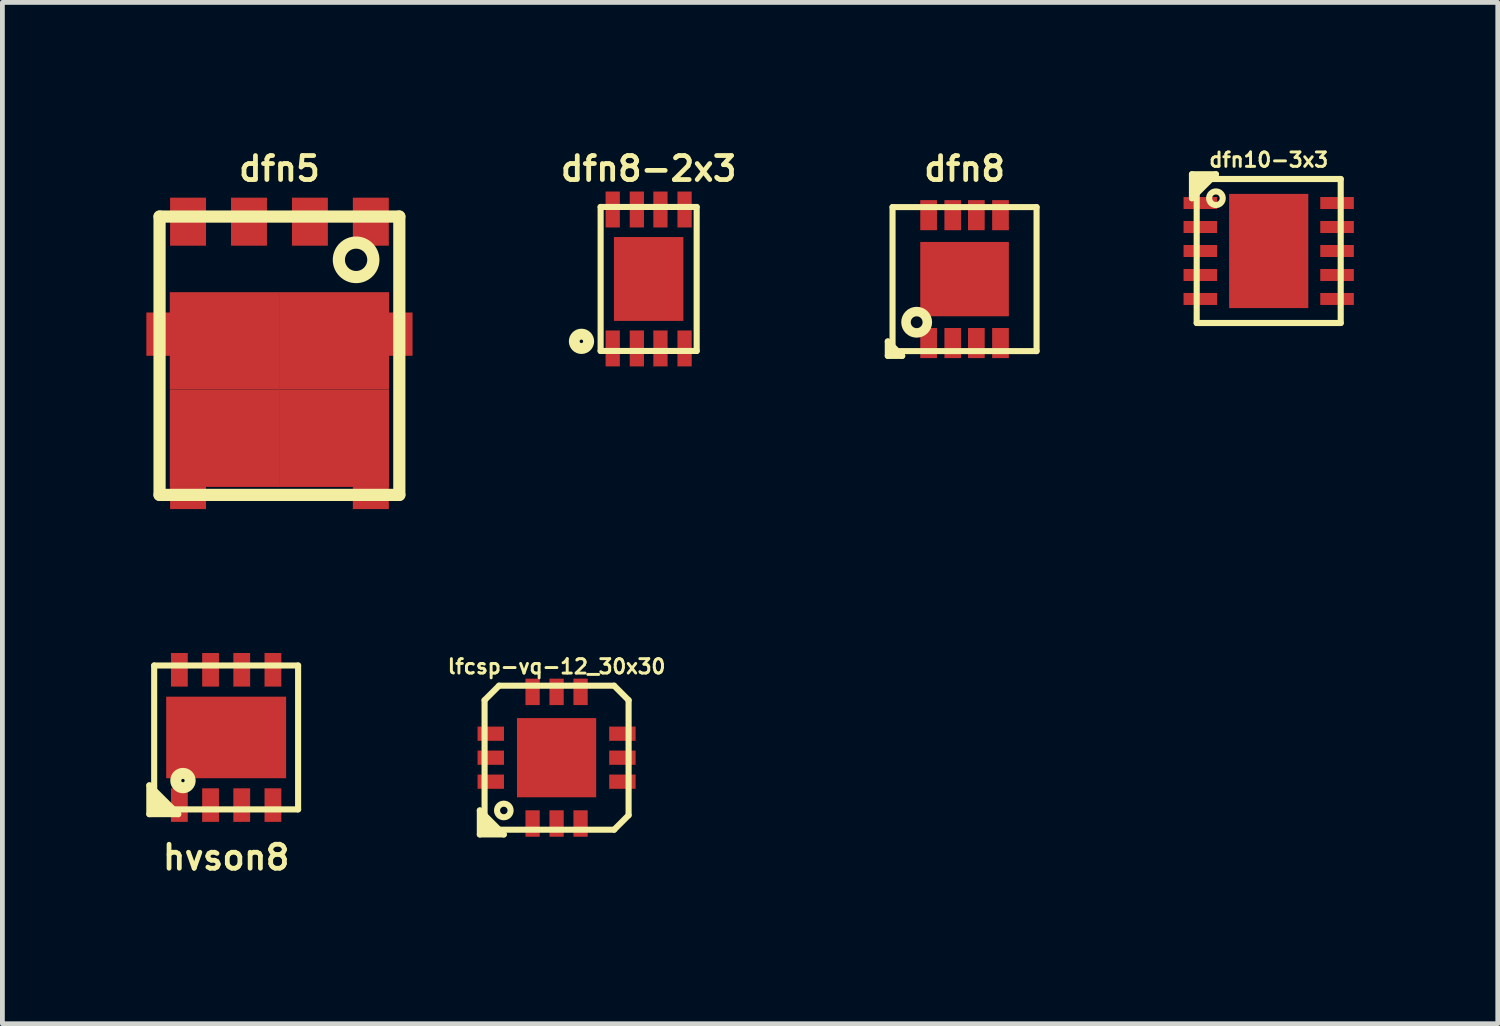
<source format=kicad_pcb>
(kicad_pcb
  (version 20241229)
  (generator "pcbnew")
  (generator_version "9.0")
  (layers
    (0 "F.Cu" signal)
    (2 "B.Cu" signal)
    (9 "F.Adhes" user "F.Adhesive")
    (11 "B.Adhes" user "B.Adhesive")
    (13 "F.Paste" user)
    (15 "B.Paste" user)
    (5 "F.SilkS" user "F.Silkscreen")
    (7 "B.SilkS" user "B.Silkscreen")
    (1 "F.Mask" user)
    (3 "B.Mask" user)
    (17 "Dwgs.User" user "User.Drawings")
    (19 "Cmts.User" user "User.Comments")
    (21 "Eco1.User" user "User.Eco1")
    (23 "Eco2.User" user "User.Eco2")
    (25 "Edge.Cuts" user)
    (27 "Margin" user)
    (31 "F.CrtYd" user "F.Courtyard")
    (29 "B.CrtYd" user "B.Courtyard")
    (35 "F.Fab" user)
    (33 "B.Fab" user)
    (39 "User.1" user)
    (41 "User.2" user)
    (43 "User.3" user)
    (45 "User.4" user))
  (footprint "dfn8-2x3"
    (layer "F.Cu")
    (at 10.471 2.765)
    (property "Reference" "dfn8-2x3" (at 0 -2.299 0) (layer "F.SilkS") (effects (font (size 0.5 0.5) (thickness 0.099))))
    (attr through_hole)
    (fp_line (start -1.001 -1.501) (end 1.001 -1.501) (stroke (width 0.127) (type solid)) (layer "F.SilkS"))
    (fp_line (start -1.001 1.501) (end -1.001 -1.501) (stroke (width 0.127) (type solid)) (layer "F.SilkS"))
    (fp_line (start -1.001 1.501) (end 1.001 1.501) (stroke (width 0.127) (type solid)) (layer "F.SilkS"))
    (fp_line (start 1.001 -1.501) (end 1.001 1.501) (stroke (width 0.127) (type solid)) (layer "F.SilkS"))
    (fp_circle (center -1.402 1.3) (end -1.402 1.4) (stroke (width 0.127) (type solid)) (fill no) (layer "F.SilkS"))
    (fp_circle (center -1.4 1.3) (end -1.6 1.3) (stroke (width 0.127) (type solid)) (fill no) (layer "F.SilkS"))
    (pad "1" smd rect (at -0.749 1.448) (size 0.297 0.749) (layers "F.Cu" "F.Mask" "F.Paste"))
    (pad "2" smd rect (at -0.246 1.448) (size 0.297 0.749) (layers "F.Cu" "F.Mask" "F.Paste"))
    (pad "3" smd rect (at 0.246 1.448) (size 0.297 0.749) (layers "F.Cu" "F.Mask" "F.Paste"))
    (pad "4" smd rect (at 0.749 1.448) (size 0.297 0.749) (layers "F.Cu" "F.Mask" "F.Paste"))
    (pad "5" smd rect (at 0.749 -1.448) (size 0.297 0.749) (layers "F.Cu" "F.Mask" "F.Paste"))
    (pad "6" smd rect (at 0.246 -1.448) (size 0.297 0.749) (layers "F.Cu" "F.Mask" "F.Paste"))
    (pad "7" smd rect (at -0.246 -1.448) (size 0.297 0.749) (layers "F.Cu" "F.Mask" "F.Paste"))
    (pad "8" smd rect (at -0.749 -1.448) (size 0.297 0.749) (layers "F.Cu" "F.Mask" "F.Paste"))
    (pad "9" smd rect (at 0 0) (size 1.448 1.748) (layers "F.Cu" "F.Mask" "F.Paste")))
  (footprint "dfn10-3x3"
    (layer "F.Cu")
    (at 23.396 2.182)
    (property "Reference" "dfn10-3x3" (at 0 -1.9 0) (layer "F.SilkS") (effects (font (size 0.3 0.3) (thickness 0.061))))
    (attr through_hole)
    (fp_line (start -1.6 -1.6) (end -1.6 -1.1) (stroke (width 0.127) (type solid)) (layer "F.SilkS"))
    (fp_line (start -1.6 -1.1) (end -1.1 -1.6) (stroke (width 0.127) (type solid)) (layer "F.SilkS"))
    (fp_line (start -1.501 -1.501) (end -1.501 1.501) (stroke (width 0.127) (type solid)) (layer "F.SilkS"))
    (fp_line (start -1.501 -1.3) (end -1.3 -1.501) (stroke (width 0.127) (type solid)) (layer "F.SilkS"))
    (fp_line (start -1.501 1.501) (end 1.501 1.501) (stroke (width 0.127) (type solid)) (layer "F.SilkS"))
    (fp_line (start -1.1 -1.6) (end -1.6 -1.6) (stroke (width 0.127) (type solid)) (layer "F.SilkS"))
    (fp_line (start 1.501 -1.501) (end -1.501 -1.501) (stroke (width 0.127) (type solid)) (layer "F.SilkS"))
    (fp_line (start 1.501 1.501) (end 1.501 -1.501) (stroke (width 0.127) (type solid)) (layer "F.SilkS"))
    (fp_circle (center -1.1 -1.1) (end -1.199 -0.998) (stroke (width 0.127) (type solid)) (fill no) (layer "F.SilkS"))
    (pad "1" smd rect (at -1.425 -1) (size 0.7 0.25) (layers "F.Cu" "F.Mask" "F.Paste"))
    (pad "2" smd rect (at -1.425 -0.5) (size 0.7 0.25) (layers "F.Cu" "F.Mask" "F.Paste"))
    (pad "3" smd rect (at -1.425 0) (size 0.7 0.25) (layers "F.Cu" "F.Mask" "F.Paste"))
    (pad "4" smd rect (at -1.425 0.5) (size 0.7 0.25) (layers "F.Cu" "F.Mask" "F.Paste"))
    (pad "5" smd rect (at -1.425 1) (size 0.7 0.25) (layers "F.Cu" "F.Mask" "F.Paste"))
    (pad "6" smd rect (at 1.425 1) (size 0.7 0.25) (layers "F.Cu" "F.Mask" "F.Paste"))
    (pad "7" smd rect (at 1.425 0.5) (size 0.7 0.25) (layers "F.Cu" "F.Mask" "F.Paste"))
    (pad "8" smd rect (at 1.425 0) (size 0.7 0.25) (layers "F.Cu" "F.Mask" "F.Paste"))
    (pad "9" smd rect (at 1.425 -0.5) (size 0.7 0.25) (layers "F.Cu" "F.Mask" "F.Paste"))
    (pad "10" smd rect (at 1.425 -1) (size 0.7 0.25) (layers "F.Cu" "F.Mask" "F.Paste"))
    (pad "11" smd rect (at 0 -0.595) (size 1.65 1.19) (layers "F.Cu" "F.Mask" "F.Paste"))
    (pad "11" smd rect (at 0 0.595) (size 1.65 1.19) (layers "F.Cu" "F.Mask" "F.Paste")))
  (footprint "lfcsp-vq-12_30x30"
    (layer "F.Cu")
    (at 8.552 12.744)
    (property "Reference" "lfcsp-vq-12_30x30" (at 0 -1.9 0) (layer "F.SilkS") (effects (font (size 0.3 0.3) (thickness 0.061))))
    (attr through_hole)
    (fp_line (start -1.6 1.1) (end -1.6 1.6) (stroke (width 0.127) (type solid)) (layer "F.SilkS"))
    (fp_line (start -1.6 1.6) (end -1.1 1.6) (stroke (width 0.127) (type solid)) (layer "F.SilkS"))
    (fp_line (start -1.501 -1.199) (end -1.199 -1.501) (stroke (width 0.127) (type solid)) (layer "F.SilkS"))
    (fp_line (start -1.501 1.199) (end -1.501 -1.199) (stroke (width 0.127) (type solid)) (layer "F.SilkS"))
    (fp_line (start -1.501 1.199) (end -1.501 1.501) (stroke (width 0.127) (type solid)) (layer "F.SilkS"))
    (fp_line (start -1.501 1.501) (end -1.199 1.501) (stroke (width 0.127) (type solid)) (layer "F.SilkS"))
    (fp_line (start -1.3 1.501) (end -1.501 1.3) (stroke (width 0.127) (type solid)) (layer "F.SilkS"))
    (fp_line (start -1.199 -1.501) (end 1.199 -1.501) (stroke (width 0.127) (type solid)) (layer "F.SilkS"))
    (fp_line (start -1.1 1.6) (end -1.6 1.1) (stroke (width 0.127) (type solid)) (layer "F.SilkS"))
    (fp_line (start 1.199 -1.501) (end 1.501 -1.199) (stroke (width 0.127) (type solid)) (layer "F.SilkS"))
    (fp_line (start 1.199 1.501) (end -1.199 1.501) (stroke (width 0.127) (type solid)) (layer "F.SilkS"))
    (fp_line (start 1.501 -1.199) (end 1.501 1.199) (stroke (width 0.127) (type solid)) (layer "F.SilkS"))
    (fp_line (start 1.501 1.199) (end 1.199 1.501) (stroke (width 0.127) (type solid)) (layer "F.SilkS"))
    (fp_circle (center -1.1 1.1) (end -1.199 1.201) (stroke (width 0.127) (type solid)) (fill no) (layer "F.SilkS"))
    (pad "1" smd rect (at -0.5 1.372) (size 0.297 0.551) (layers "F.Cu" "F.Mask" "F.Paste"))
    (pad "2" smd rect (at 0 1.372) (size 0.297 0.551) (layers "F.Cu" "F.Mask" "F.Paste"))
    (pad "3" smd rect (at 0.5 1.372) (size 0.297 0.551) (layers "F.Cu" "F.Mask" "F.Paste"))
    (pad "4" smd rect (at 1.372 0.5) (size 0.551 0.297) (layers "F.Cu" "F.Mask" "F.Paste"))
    (pad "5" smd rect (at 1.372 0) (size 0.551 0.297) (layers "F.Cu" "F.Mask" "F.Paste"))
    (pad "6" smd rect (at 1.372 -0.5) (size 0.551 0.297) (layers "F.Cu" "F.Mask" "F.Paste"))
    (pad "7" smd rect (at 0.5 -1.372) (size 0.297 0.551) (layers "F.Cu" "F.Mask" "F.Paste"))
    (pad "8" smd rect (at 0 -1.372) (size 0.297 0.551) (layers "F.Cu" "F.Mask" "F.Paste"))
    (pad "9" smd rect (at -0.5 -1.372) (size 0.297 0.551) (layers "F.Cu" "F.Mask" "F.Paste"))
    (pad "10" smd rect (at -1.372 -0.5) (size 0.551 0.297) (layers "F.Cu" "F.Mask" "F.Paste"))
    (pad "11" smd rect (at -1.372 0) (size 0.551 0.297) (layers "F.Cu" "F.Mask" "F.Paste"))
    (pad "12" smd rect (at -1.372 0.5) (size 0.551 0.297) (layers "F.Cu" "F.Mask" "F.Paste"))
    (pad "13" smd rect (at 0 0) (size 1.651 1.651) (layers "F.Cu" "F.Mask" "F.Paste")))
  (footprint "dfn5"
    (layer "F.Cu")
    (at 2.775 4.365)
    (property "Reference" "dfn5" (at 0 -3.899 0) (layer "F.SilkS") (effects (font (size 0.5 0.5) (thickness 0.099))))
    (attr through_hole)
    (fp_line (start -2.499 -2.901) (end 2.499 -2.901) (stroke (width 0.254) (type solid)) (layer "F.SilkS"))
    (fp_line (start -2.499 2.901) (end -2.499 -2.901) (stroke (width 0.254) (type solid)) (layer "F.SilkS"))
    (fp_line (start 2.499 -2.901) (end 2.499 2.901) (stroke (width 0.254) (type solid)) (layer "F.SilkS"))
    (fp_line (start 2.499 2.901) (end -2.499 2.901) (stroke (width 0.254) (type solid)) (layer "F.SilkS"))
    (fp_circle (center 1.598 -1.999) (end 1.4 -1.699) (stroke (width 0.254) (type solid)) (fill no) (layer "F.SilkS"))
    (pad "1" smd rect (at 1.905 -2.794) (size 0.749 1.001) (layers "F.Cu" "F.Mask" "F.Paste"))
    (pad "2" smd rect (at 0.635 -2.794) (size 0.749 1.001) (layers "F.Cu" "F.Mask" "F.Paste"))
    (pad "3" smd rect (at -0.635 -2.794) (size 0.749 1.001) (layers "F.Cu" "F.Mask" "F.Paste"))
    (pad "4" smd rect (at -1.905 -2.794) (size 0.749 1.001) (layers "F.Cu" "F.Mask" "F.Paste"))
    (pad "5" smd rect (at -2.527 -0.45) (size 0.495 0.902) (layers "F.Cu" "F.Mask" "F.Paste"))
    (pad "5" smd rect (at -1.905 2.959) (size 0.749 0.475) (layers "F.Cu" "F.Mask" "F.Paste"))
    (pad "5" smd rect (at -1.14 -0.31) (size 2.291 2.029) (layers "F.Cu" "F.Mask" "F.Paste"))
    (pad "5" smd rect (at -1.14 1.72) (size 2.291 2.029) (layers "F.Cu" "F.Mask" "F.Paste"))
    (pad "5" smd rect (at 1.14 -0.31) (size 2.291 2.029) (layers "F.Cu" "F.Mask" "F.Paste"))
    (pad "5" smd rect (at 1.14 1.72) (size 2.291 2.029) (layers "F.Cu" "F.Mask" "F.Paste"))
    (pad "5" smd rect (at 1.905 2.959) (size 0.749 0.475) (layers "F.Cu" "F.Mask" "F.Paste"))
    (pad "5" smd rect (at 2.527 -0.45) (size 0.495 0.902) (layers "F.Cu" "F.Mask" "F.Paste")))
  (footprint "dfn8"
    (layer "F.Cu")
    (at 17.056 2.768)
    (property "Reference" "dfn8" (at 0 -2.301 0) (layer "F.SilkS") (effects (font (size 0.5 0.5) (thickness 0.099))))
    (attr through_hole)
    (fp_line (start -1.6 1.3) (end -1.6 1.6) (stroke (width 0.127) (type solid)) (layer "F.SilkS"))
    (fp_line (start -1.6 1.6) (end -1.3 1.6) (stroke (width 0.127) (type solid)) (layer "F.SilkS"))
    (fp_line (start -1.501 -1.501) (end 1.501 -1.501) (stroke (width 0.127) (type solid)) (layer "F.SilkS"))
    (fp_line (start -1.501 1.501) (end -1.501 -1.501) (stroke (width 0.127) (type solid)) (layer "F.SilkS"))
    (fp_line (start -1.3 1.6) (end -1.6 1.3) (stroke (width 0.127) (type solid)) (layer "F.SilkS"))
    (fp_line (start 1.501 -1.501) (end 1.501 1.501) (stroke (width 0.127) (type solid)) (layer "F.SilkS"))
    (fp_line (start 1.501 1.501) (end -1.501 1.501) (stroke (width 0.127) (type solid)) (layer "F.SilkS"))
    (fp_circle (center -0.998 0.899) (end -1.1 1.097) (stroke (width 0.198) (type solid)) (fill no) (layer "F.SilkS"))
    (pad "1" smd rect (at -0.749 1.333) (size 0.348 0.627) (layers "F.Cu" "F.Mask" "F.Paste"))
    (pad "2" smd rect (at -0.246 1.333) (size 0.348 0.627) (layers "F.Cu" "F.Mask" "F.Paste"))
    (pad "3" smd rect (at 0.246 1.333) (size 0.348 0.627) (layers "F.Cu" "F.Mask" "F.Paste"))
    (pad "4" smd rect (at 0.749 1.333) (size 0.348 0.627) (layers "F.Cu" "F.Mask" "F.Paste"))
    (pad "5" smd rect (at 0.749 -1.333) (size 0.348 0.627) (layers "F.Cu" "F.Mask" "F.Paste"))
    (pad "6" smd rect (at 0.246 -1.333) (size 0.348 0.627) (layers "F.Cu" "F.Mask" "F.Paste"))
    (pad "7" smd rect (at -0.246 -1.333) (size 0.348 0.627) (layers "F.Cu" "F.Mask" "F.Paste"))
    (pad "8" smd rect (at -0.749 -1.333) (size 0.348 0.627) (layers "F.Cu" "F.Mask" "F.Paste"))
    (pad "9" smd rect (at 0 0) (size 1.847 1.549) (layers "F.Cu" "F.Mask" "F.Paste")))
  (footprint "hvson8"
    (layer "F.Cu")
    (at 1.664 12.322)
    (property "Reference" "hvson8" (at 0 2.5 0) (layer "F.SilkS") (effects (font (size 0.5 0.5) (thickness 0.099))))
    (attr through_hole)
    (fp_line (start -1.601 0.999) (end -1.601 1.599) (stroke (width 0.127) (type solid)) (layer "F.SilkS"))
    (fp_line (start -1.601 1.599) (end -0.999 1.599) (stroke (width 0.127) (type solid)) (layer "F.SilkS"))
    (fp_line (start -1.5 -1.5) (end 1.5 -1.5) (stroke (width 0.127) (type solid)) (layer "F.SilkS"))
    (fp_line (start -1.5 1.5) (end -1.5 -1.5) (stroke (width 0.127) (type solid)) (layer "F.SilkS"))
    (fp_line (start -1.499 1.299) (end -1.301 1.5) (stroke (width 0.127) (type solid)) (layer "F.SilkS"))
    (fp_line (start -1.4 1.5) (end -1.499 1.401) (stroke (width 0.127) (type solid)) (layer "F.SilkS"))
    (fp_line (start -1.2 1.5) (end -1.499 1.2) (stroke (width 0.127) (type solid)) (layer "F.SilkS"))
    (fp_line (start -0.999 1.599) (end -1.601 0.999) (stroke (width 0.127) (type solid)) (layer "F.SilkS"))
    (fp_line (start 1.5 -1.5) (end 1.5 1.5) (stroke (width 0.127) (type solid)) (layer "F.SilkS"))
    (fp_line (start 1.5 1.5) (end -1.5 1.5) (stroke (width 0.127) (type solid)) (layer "F.SilkS"))
    (fp_circle (center -0.9 0.899) (end -1.101 0.899) (stroke (width 0.127) (type solid)) (fill no) (layer "F.SilkS"))
    (fp_circle (center -0.9 0.899) (end -0.999 0.899) (stroke (width 0.127) (type solid)) (fill no) (layer "F.SilkS"))
    (pad "1" smd rect (at -0.975 1.41) (size 0.35 0.7) (layers "F.Cu" "F.Mask" "F.Paste"))
    (pad "2" smd rect (at -0.325 1.41) (size 0.35 0.7) (layers "F.Cu" "F.Mask" "F.Paste"))
    (pad "3" smd rect (at 0.325 1.41) (size 0.35 0.7) (layers "F.Cu" "F.Mask" "F.Paste"))
    (pad "4" smd rect (at 0.975 1.41) (size 0.35 0.7) (layers "F.Cu" "F.Mask" "F.Paste"))
    (pad "5" smd rect (at 0.975 -1.41) (size 0.35 0.7) (layers "F.Cu" "F.Mask" "F.Paste"))
    (pad "6" smd rect (at 0.325 -1.41) (size 0.35 0.7) (layers "F.Cu" "F.Mask" "F.Paste"))
    (pad "7" smd rect (at -0.325 -1.41) (size 0.35 0.7) (layers "F.Cu" "F.Mask" "F.Paste"))
    (pad "8" smd rect (at -0.975 -1.41) (size 0.35 0.7) (layers "F.Cu" "F.Mask" "F.Paste"))
    (pad "9" smd rect (at 0 0) (size 2.5 1.7) (layers "F.Cu" "F.Mask" "F.Paste")))
  (gr_rect
    (start -3 -3)
    (end 28.171 18.289)
    (stroke (width 0.1) (type default))
    (fill no)
    (layer "Edge.Cuts")))
</source>
